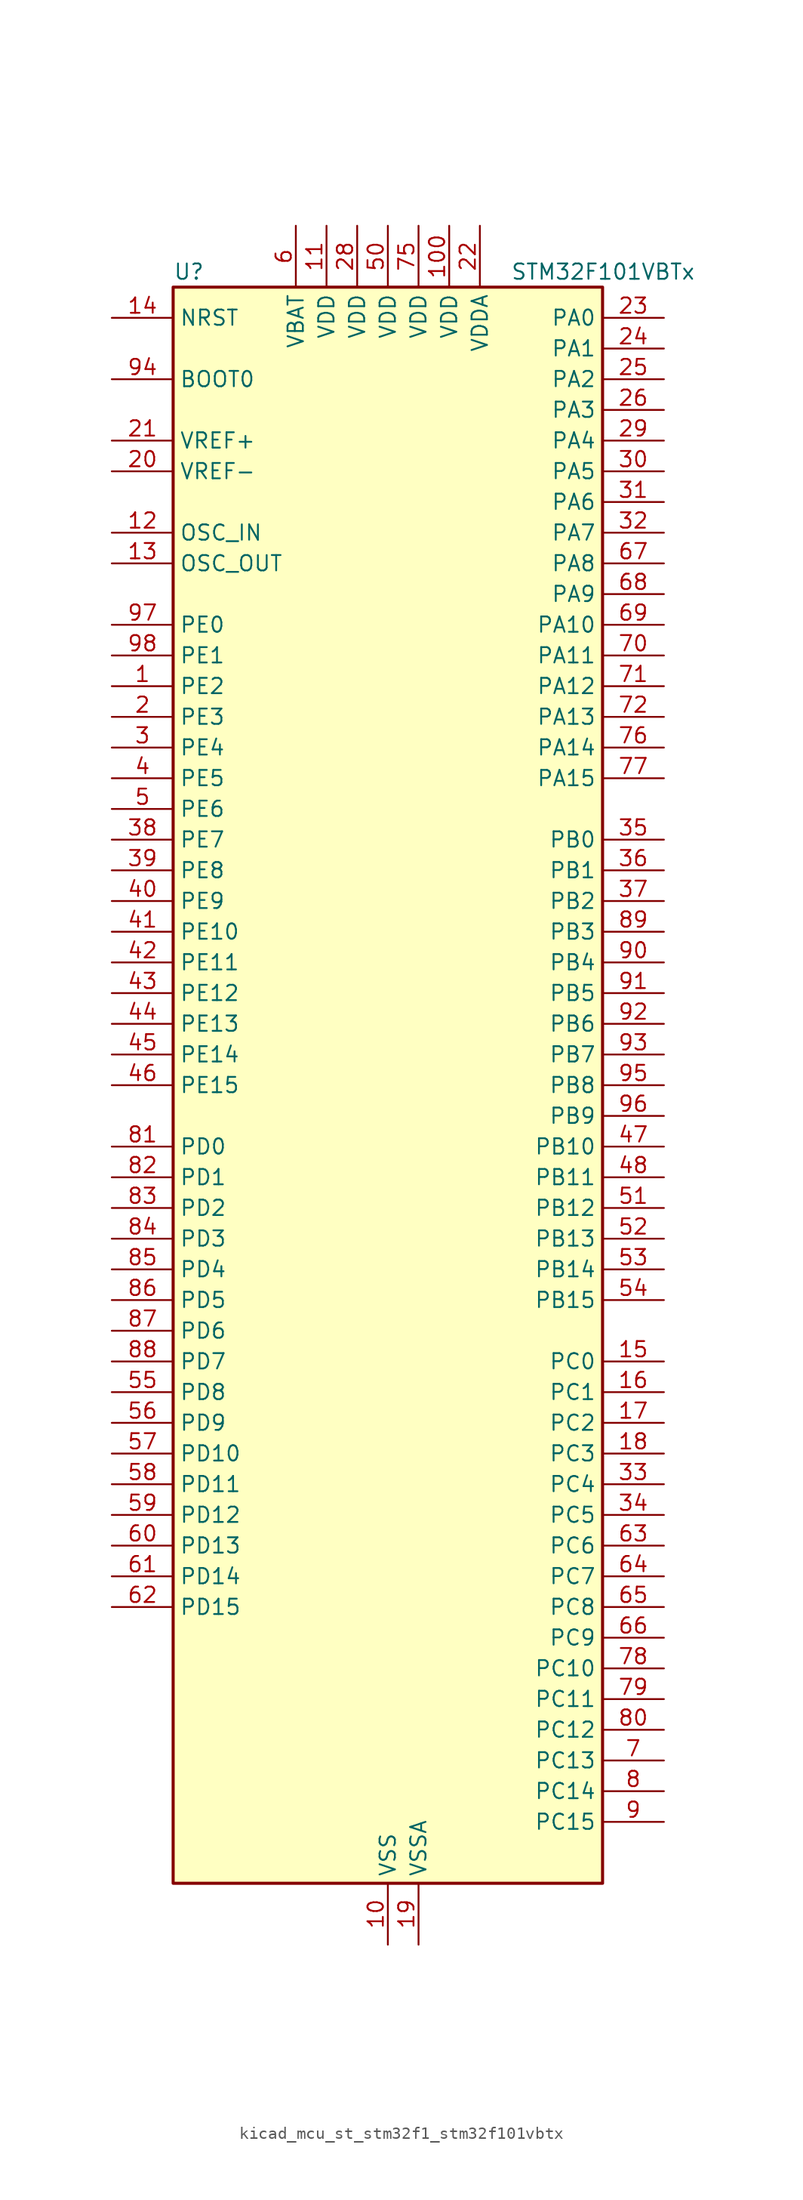
<source format=kicad_sym>
(kicad_symbol_lib
  (version 20220914)
  (generator kicad_symbol_editor)
  (symbol "kicad_mcu_st_stm32f1_stm32f101vbtx"
    (property "Reference" "U"
      (at -17.78 67.31 0)
      (effects (font (size 1.27 1.27)) (justify left)))
    (property "Value" "STM32F101VBTx"
      (at 10.16 67.31 0)
      (effects (font (size 1.27 1.27)) (justify left)))
    (property "ki_locked" ""
      (at 0 0 0)
      (effects (font (size 1.27 1.27))))
    (symbol "kicad_mcu_st_stm32f1_stm32f101vbtx_0_1"
      (rectangle (start -17.78 -66.04) (end 17.78 66.04) (stroke (width 0.254) (type default)) (fill (type background))))
    (symbol "kicad_mcu_st_stm32f1_stm32f101vbtx_1_1"
      (pin bidirectional line (at -22.86 33.02 0) (length 5.08) (name "PE2" (effects (font (size 1.27 1.27)))) (number "1" (effects (font (size 1.27 1.27)))) (alternate "SYS_TRACECLK" bidirectional line))
      (pin power_in line (at 0 -71.12 90) (length 5.08) (name "VSS" (effects (font (size 1.27 1.27)))) (number "10" (effects (font (size 1.27 1.27)))))
      (pin power_in line (at 5.08 71.12 270) (length 5.08) (name "VDD" (effects (font (size 1.27 1.27)))) (number "100" (effects (font (size 1.27 1.27)))))
      (pin power_in line (at -5.08 71.12 270) (length 5.08) (name "VDD" (effects (font (size 1.27 1.27)))) (number "11" (effects (font (size 1.27 1.27)))))
      (pin input line (at -22.86 45.72 0) (length 5.08) (name "OSC_IN" (effects (font (size 1.27 1.27)))) (number "12" (effects (font (size 1.27 1.27)))) (alternate "RCC_OSC_IN" bidirectional line))
      (pin input line (at -22.86 43.18 0) (length 5.08) (name "OSC_OUT" (effects (font (size 1.27 1.27)))) (number "13" (effects (font (size 1.27 1.27)))) (alternate "RCC_OSC_OUT" bidirectional line))
      (pin input line (at -22.86 63.5 0) (length 5.08) (name "NRST" (effects (font (size 1.27 1.27)))) (number "14" (effects (font (size 1.27 1.27)))))
      (pin bidirectional line (at 22.86 -22.86 180) (length 5.08) (name "PC0" (effects (font (size 1.27 1.27)))) (number "15" (effects (font (size 1.27 1.27)))) (alternate "ADC1_IN10" bidirectional line))
      (pin bidirectional line (at 22.86 -25.4 180) (length 5.08) (name "PC1" (effects (font (size 1.27 1.27)))) (number "16" (effects (font (size 1.27 1.27)))) (alternate "ADC1_IN11" bidirectional line))
      (pin bidirectional line (at 22.86 -27.94 180) (length 5.08) (name "PC2" (effects (font (size 1.27 1.27)))) (number "17" (effects (font (size 1.27 1.27)))) (alternate "ADC1_IN12" bidirectional line))
      (pin bidirectional line (at 22.86 -30.48 180) (length 5.08) (name "PC3" (effects (font (size 1.27 1.27)))) (number "18" (effects (font (size 1.27 1.27)))) (alternate "ADC1_IN13" bidirectional line))
      (pin power_in line (at 2.54 -71.12 90) (length 5.08) (name "VSSA" (effects (font (size 1.27 1.27)))) (number "19" (effects (font (size 1.27 1.27)))))
      (pin bidirectional line (at -22.86 30.48 0) (length 5.08) (name "PE3" (effects (font (size 1.27 1.27)))) (number "2" (effects (font (size 1.27 1.27)))) (alternate "SYS_TRACED0" bidirectional line))
      (pin input line (at -22.86 50.8 0) (length 5.08) (name "VREF-" (effects (font (size 1.27 1.27)))) (number "20" (effects (font (size 1.27 1.27)))))
      (pin input line (at -22.86 53.34 0) (length 5.08) (name "VREF+" (effects (font (size 1.27 1.27)))) (number "21" (effects (font (size 1.27 1.27)))))
      (pin power_in line (at 7.62 71.12 270) (length 5.08) (name "VDDA" (effects (font (size 1.27 1.27)))) (number "22" (effects (font (size 1.27 1.27)))))
      (pin bidirectional line (at 22.86 63.5 180) (length 5.08) (name "PA0" (effects (font (size 1.27 1.27)))) (number "23" (effects (font (size 1.27 1.27)))) (alternate "ADC1_IN0" bidirectional line) (alternate "SYS_WKUP" bidirectional line) (alternate "TIM2_CH1" bidirectional line) (alternate "TIM2_ETR" bidirectional line) (alternate "USART2_CTS" bidirectional line))
      (pin bidirectional line (at 22.86 60.96 180) (length 5.08) (name "PA1" (effects (font (size 1.27 1.27)))) (number "24" (effects (font (size 1.27 1.27)))) (alternate "ADC1_IN1" bidirectional line) (alternate "TIM2_CH2" bidirectional line) (alternate "USART2_RTS" bidirectional line))
      (pin bidirectional line (at 22.86 58.42 180) (length 5.08) (name "PA2" (effects (font (size 1.27 1.27)))) (number "25" (effects (font (size 1.27 1.27)))) (alternate "ADC1_IN2" bidirectional line) (alternate "TIM2_CH3" bidirectional line) (alternate "USART2_TX" bidirectional line))
      (pin bidirectional line (at 22.86 55.88 180) (length 5.08) (name "PA3" (effects (font (size 1.27 1.27)))) (number "26" (effects (font (size 1.27 1.27)))) (alternate "ADC1_IN3" bidirectional line) (alternate "TIM2_CH4" bidirectional line) (alternate "USART2_RX" bidirectional line))
      (pin passive line (at 0 -71.12 90) (length 5.08) hide (name "VSS" (effects (font (size 1.27 1.27)))) (number "27" (effects (font (size 1.27 1.27)))))
      (pin power_in line (at -2.54 71.12 270) (length 5.08) (name "VDD" (effects (font (size 1.27 1.27)))) (number "28" (effects (font (size 1.27 1.27)))))
      (pin bidirectional line (at 22.86 53.34 180) (length 5.08) (name "PA4" (effects (font (size 1.27 1.27)))) (number "29" (effects (font (size 1.27 1.27)))) (alternate "ADC1_IN4" bidirectional line) (alternate "SPI1_NSS" bidirectional line) (alternate "USART2_CK" bidirectional line))
      (pin bidirectional line (at -22.86 27.94 0) (length 5.08) (name "PE4" (effects (font (size 1.27 1.27)))) (number "3" (effects (font (size 1.27 1.27)))) (alternate "SYS_TRACED1" bidirectional line))
      (pin bidirectional line (at 22.86 50.8 180) (length 5.08) (name "PA5" (effects (font (size 1.27 1.27)))) (number "30" (effects (font (size 1.27 1.27)))) (alternate "ADC1_IN5" bidirectional line) (alternate "SPI1_SCK" bidirectional line))
      (pin bidirectional line (at 22.86 48.26 180) (length 5.08) (name "PA6" (effects (font (size 1.27 1.27)))) (number "31" (effects (font (size 1.27 1.27)))) (alternate "ADC1_IN6" bidirectional line) (alternate "SPI1_MISO" bidirectional line) (alternate "TIM3_CH1" bidirectional line))
      (pin bidirectional line (at 22.86 45.72 180) (length 5.08) (name "PA7" (effects (font (size 1.27 1.27)))) (number "32" (effects (font (size 1.27 1.27)))) (alternate "ADC1_IN7" bidirectional line) (alternate "SPI1_MOSI" bidirectional line) (alternate "TIM3_CH2" bidirectional line))
      (pin bidirectional line (at 22.86 -33.02 180) (length 5.08) (name "PC4" (effects (font (size 1.27 1.27)))) (number "33" (effects (font (size 1.27 1.27)))) (alternate "ADC1_IN14" bidirectional line))
      (pin bidirectional line (at 22.86 -35.56 180) (length 5.08) (name "PC5" (effects (font (size 1.27 1.27)))) (number "34" (effects (font (size 1.27 1.27)))) (alternate "ADC1_IN15" bidirectional line))
      (pin bidirectional line (at 22.86 20.32 180) (length 5.08) (name "PB0" (effects (font (size 1.27 1.27)))) (number "35" (effects (font (size 1.27 1.27)))) (alternate "ADC1_IN8" bidirectional line) (alternate "TIM3_CH3" bidirectional line))
      (pin bidirectional line (at 22.86 17.78 180) (length 5.08) (name "PB1" (effects (font (size 1.27 1.27)))) (number "36" (effects (font (size 1.27 1.27)))) (alternate "ADC1_IN9" bidirectional line) (alternate "TIM3_CH4" bidirectional line))
      (pin bidirectional line (at 22.86 15.24 180) (length 5.08) (name "PB2" (effects (font (size 1.27 1.27)))) (number "37" (effects (font (size 1.27 1.27)))))
      (pin bidirectional line (at -22.86 20.32 0) (length 5.08) (name "PE7" (effects (font (size 1.27 1.27)))) (number "38" (effects (font (size 1.27 1.27)))))
      (pin bidirectional line (at -22.86 17.78 0) (length 5.08) (name "PE8" (effects (font (size 1.27 1.27)))) (number "39" (effects (font (size 1.27 1.27)))))
      (pin bidirectional line (at -22.86 25.4 0) (length 5.08) (name "PE5" (effects (font (size 1.27 1.27)))) (number "4" (effects (font (size 1.27 1.27)))) (alternate "SYS_TRACED2" bidirectional line))
      (pin bidirectional line (at -22.86 15.24 0) (length 5.08) (name "PE9" (effects (font (size 1.27 1.27)))) (number "40" (effects (font (size 1.27 1.27)))))
      (pin bidirectional line (at -22.86 12.7 0) (length 5.08) (name "PE10" (effects (font (size 1.27 1.27)))) (number "41" (effects (font (size 1.27 1.27)))))
      (pin bidirectional line (at -22.86 10.16 0) (length 5.08) (name "PE11" (effects (font (size 1.27 1.27)))) (number "42" (effects (font (size 1.27 1.27)))) (alternate "ADC1_EXTI11" bidirectional line))
      (pin bidirectional line (at -22.86 7.62 0) (length 5.08) (name "PE12" (effects (font (size 1.27 1.27)))) (number "43" (effects (font (size 1.27 1.27)))))
      (pin bidirectional line (at -22.86 5.08 0) (length 5.08) (name "PE13" (effects (font (size 1.27 1.27)))) (number "44" (effects (font (size 1.27 1.27)))))
      (pin bidirectional line (at -22.86 2.54 0) (length 5.08) (name "PE14" (effects (font (size 1.27 1.27)))) (number "45" (effects (font (size 1.27 1.27)))))
      (pin bidirectional line (at -22.86 0 0) (length 5.08) (name "PE15" (effects (font (size 1.27 1.27)))) (number "46" (effects (font (size 1.27 1.27)))) (alternate "ADC1_EXTI15" bidirectional line))
      (pin bidirectional line (at 22.86 -5.08 180) (length 5.08) (name "PB10" (effects (font (size 1.27 1.27)))) (number "47" (effects (font (size 1.27 1.27)))) (alternate "I2C2_SCL" bidirectional line) (alternate "TIM2_CH3" bidirectional line) (alternate "USART3_TX" bidirectional line))
      (pin bidirectional line (at 22.86 -7.62 180) (length 5.08) (name "PB11" (effects (font (size 1.27 1.27)))) (number "48" (effects (font (size 1.27 1.27)))) (alternate "ADC1_EXTI11" bidirectional line) (alternate "I2C2_SDA" bidirectional line) (alternate "TIM2_CH4" bidirectional line) (alternate "USART3_RX" bidirectional line))
      (pin passive line (at 0 -71.12 90) (length 5.08) hide (name "VSS" (effects (font (size 1.27 1.27)))) (number "49" (effects (font (size 1.27 1.27)))))
      (pin bidirectional line (at -22.86 22.86 0) (length 5.08) (name "PE6" (effects (font (size 1.27 1.27)))) (number "5" (effects (font (size 1.27 1.27)))) (alternate "SYS_TRACED3" bidirectional line))
      (pin power_in line (at 0 71.12 270) (length 5.08) (name "VDD" (effects (font (size 1.27 1.27)))) (number "50" (effects (font (size 1.27 1.27)))))
      (pin bidirectional line (at 22.86 -10.16 180) (length 5.08) (name "PB12" (effects (font (size 1.27 1.27)))) (number "51" (effects (font (size 1.27 1.27)))) (alternate "I2C2_SMBA" bidirectional line) (alternate "SPI2_NSS" bidirectional line) (alternate "USART3_CK" bidirectional line))
      (pin bidirectional line (at 22.86 -12.7 180) (length 5.08) (name "PB13" (effects (font (size 1.27 1.27)))) (number "52" (effects (font (size 1.27 1.27)))) (alternate "SPI2_SCK" bidirectional line) (alternate "USART3_CTS" bidirectional line))
      (pin bidirectional line (at 22.86 -15.24 180) (length 5.08) (name "PB14" (effects (font (size 1.27 1.27)))) (number "53" (effects (font (size 1.27 1.27)))) (alternate "SPI2_MISO" bidirectional line) (alternate "USART3_RTS" bidirectional line))
      (pin bidirectional line (at 22.86 -17.78 180) (length 5.08) (name "PB15" (effects (font (size 1.27 1.27)))) (number "54" (effects (font (size 1.27 1.27)))) (alternate "ADC1_EXTI15" bidirectional line) (alternate "SPI2_MOSI" bidirectional line))
      (pin bidirectional line (at -22.86 -25.4 0) (length 5.08) (name "PD8" (effects (font (size 1.27 1.27)))) (number "55" (effects (font (size 1.27 1.27)))) (alternate "USART3_TX" bidirectional line))
      (pin bidirectional line (at -22.86 -27.94 0) (length 5.08) (name "PD9" (effects (font (size 1.27 1.27)))) (number "56" (effects (font (size 1.27 1.27)))) (alternate "USART3_RX" bidirectional line))
      (pin bidirectional line (at -22.86 -30.48 0) (length 5.08) (name "PD10" (effects (font (size 1.27 1.27)))) (number "57" (effects (font (size 1.27 1.27)))) (alternate "USART3_CK" bidirectional line))
      (pin bidirectional line (at -22.86 -33.02 0) (length 5.08) (name "PD11" (effects (font (size 1.27 1.27)))) (number "58" (effects (font (size 1.27 1.27)))) (alternate "ADC1_EXTI11" bidirectional line) (alternate "USART3_CTS" bidirectional line))
      (pin bidirectional line (at -22.86 -35.56 0) (length 5.08) (name "PD12" (effects (font (size 1.27 1.27)))) (number "59" (effects (font (size 1.27 1.27)))) (alternate "TIM4_CH1" bidirectional line) (alternate "USART3_RTS" bidirectional line))
      (pin power_in line (at -7.62 71.12 270) (length 5.08) (name "VBAT" (effects (font (size 1.27 1.27)))) (number "6" (effects (font (size 1.27 1.27)))))
      (pin bidirectional line (at -22.86 -38.1 0) (length 5.08) (name "PD13" (effects (font (size 1.27 1.27)))) (number "60" (effects (font (size 1.27 1.27)))) (alternate "TIM4_CH2" bidirectional line))
      (pin bidirectional line (at -22.86 -40.64 0) (length 5.08) (name "PD14" (effects (font (size 1.27 1.27)))) (number "61" (effects (font (size 1.27 1.27)))) (alternate "TIM4_CH3" bidirectional line))
      (pin bidirectional line (at -22.86 -43.18 0) (length 5.08) (name "PD15" (effects (font (size 1.27 1.27)))) (number "62" (effects (font (size 1.27 1.27)))) (alternate "ADC1_EXTI15" bidirectional line) (alternate "TIM4_CH4" bidirectional line))
      (pin bidirectional line (at 22.86 -38.1 180) (length 5.08) (name "PC6" (effects (font (size 1.27 1.27)))) (number "63" (effects (font (size 1.27 1.27)))) (alternate "TIM3_CH1" bidirectional line))
      (pin bidirectional line (at 22.86 -40.64 180) (length 5.08) (name "PC7" (effects (font (size 1.27 1.27)))) (number "64" (effects (font (size 1.27 1.27)))) (alternate "TIM3_CH2" bidirectional line))
      (pin bidirectional line (at 22.86 -43.18 180) (length 5.08) (name "PC8" (effects (font (size 1.27 1.27)))) (number "65" (effects (font (size 1.27 1.27)))) (alternate "TIM3_CH3" bidirectional line))
      (pin bidirectional line (at 22.86 -45.72 180) (length 5.08) (name "PC9" (effects (font (size 1.27 1.27)))) (number "66" (effects (font (size 1.27 1.27)))) (alternate "TIM3_CH4" bidirectional line))
      (pin bidirectional line (at 22.86 43.18 180) (length 5.08) (name "PA8" (effects (font (size 1.27 1.27)))) (number "67" (effects (font (size 1.27 1.27)))) (alternate "RCC_MCO" bidirectional line) (alternate "USART1_CK" bidirectional line))
      (pin bidirectional line (at 22.86 40.64 180) (length 5.08) (name "PA9" (effects (font (size 1.27 1.27)))) (number "68" (effects (font (size 1.27 1.27)))) (alternate "USART1_TX" bidirectional line))
      (pin bidirectional line (at 22.86 38.1 180) (length 5.08) (name "PA10" (effects (font (size 1.27 1.27)))) (number "69" (effects (font (size 1.27 1.27)))) (alternate "USART1_RX" bidirectional line))
      (pin bidirectional line (at 22.86 -55.88 180) (length 5.08) (name "PC13" (effects (font (size 1.27 1.27)))) (number "7" (effects (font (size 1.27 1.27)))) (alternate "RTC_OUT" bidirectional line) (alternate "RTC_TAMPER" bidirectional line))
      (pin bidirectional line (at 22.86 35.56 180) (length 5.08) (name "PA11" (effects (font (size 1.27 1.27)))) (number "70" (effects (font (size 1.27 1.27)))) (alternate "ADC1_EXTI11" bidirectional line) (alternate "USART1_CTS" bidirectional line))
      (pin bidirectional line (at 22.86 33.02 180) (length 5.08) (name "PA12" (effects (font (size 1.27 1.27)))) (number "71" (effects (font (size 1.27 1.27)))) (alternate "USART1_RTS" bidirectional line))
      (pin bidirectional line (at 22.86 30.48 180) (length 5.08) (name "PA13" (effects (font (size 1.27 1.27)))) (number "72" (effects (font (size 1.27 1.27)))) (alternate "SYS_JTMS-SWDIO" bidirectional line))
      (pin no_connect line (at -17.78 -66.04 0) (length 5.08) hide (name "NC" (effects (font (size 1.27 1.27)))) (number "73" (effects (font (size 1.27 1.27)))))
      (pin passive line (at 0 -71.12 90) (length 5.08) hide (name "VSS" (effects (font (size 1.27 1.27)))) (number "74" (effects (font (size 1.27 1.27)))))
      (pin power_in line (at 2.54 71.12 270) (length 5.08) (name "VDD" (effects (font (size 1.27 1.27)))) (number "75" (effects (font (size 1.27 1.27)))))
      (pin bidirectional line (at 22.86 27.94 180) (length 5.08) (name "PA14" (effects (font (size 1.27 1.27)))) (number "76" (effects (font (size 1.27 1.27)))) (alternate "SYS_JTCK-SWCLK" bidirectional line))
      (pin bidirectional line (at 22.86 25.4 180) (length 5.08) (name "PA15" (effects (font (size 1.27 1.27)))) (number "77" (effects (font (size 1.27 1.27)))) (alternate "ADC1_EXTI15" bidirectional line) (alternate "SPI1_NSS" bidirectional line) (alternate "SYS_JTDI" bidirectional line) (alternate "TIM2_CH1" bidirectional line) (alternate "TIM2_ETR" bidirectional line))
      (pin bidirectional line (at 22.86 -48.26 180) (length 5.08) (name "PC10" (effects (font (size 1.27 1.27)))) (number "78" (effects (font (size 1.27 1.27)))) (alternate "USART3_TX" bidirectional line))
      (pin bidirectional line (at 22.86 -50.8 180) (length 5.08) (name "PC11" (effects (font (size 1.27 1.27)))) (number "79" (effects (font (size 1.27 1.27)))) (alternate "ADC1_EXTI11" bidirectional line) (alternate "USART3_RX" bidirectional line))
      (pin bidirectional line (at 22.86 -58.42 180) (length 5.08) (name "PC14" (effects (font (size 1.27 1.27)))) (number "8" (effects (font (size 1.27 1.27)))) (alternate "RCC_OSC32_IN" bidirectional line))
      (pin bidirectional line (at 22.86 -53.34 180) (length 5.08) (name "PC12" (effects (font (size 1.27 1.27)))) (number "80" (effects (font (size 1.27 1.27)))) (alternate "USART3_CK" bidirectional line))
      (pin bidirectional line (at -22.86 -5.08 0) (length 5.08) (name "PD0" (effects (font (size 1.27 1.27)))) (number "81" (effects (font (size 1.27 1.27)))))
      (pin bidirectional line (at -22.86 -7.62 0) (length 5.08) (name "PD1" (effects (font (size 1.27 1.27)))) (number "82" (effects (font (size 1.27 1.27)))))
      (pin bidirectional line (at -22.86 -10.16 0) (length 5.08) (name "PD2" (effects (font (size 1.27 1.27)))) (number "83" (effects (font (size 1.27 1.27)))) (alternate "TIM3_ETR" bidirectional line))
      (pin bidirectional line (at -22.86 -12.7 0) (length 5.08) (name "PD3" (effects (font (size 1.27 1.27)))) (number "84" (effects (font (size 1.27 1.27)))) (alternate "USART2_CTS" bidirectional line))
      (pin bidirectional line (at -22.86 -15.24 0) (length 5.08) (name "PD4" (effects (font (size 1.27 1.27)))) (number "85" (effects (font (size 1.27 1.27)))) (alternate "USART2_RTS" bidirectional line))
      (pin bidirectional line (at -22.86 -17.78 0) (length 5.08) (name "PD5" (effects (font (size 1.27 1.27)))) (number "86" (effects (font (size 1.27 1.27)))) (alternate "USART2_TX" bidirectional line))
      (pin bidirectional line (at -22.86 -20.32 0) (length 5.08) (name "PD6" (effects (font (size 1.27 1.27)))) (number "87" (effects (font (size 1.27 1.27)))) (alternate "USART2_RX" bidirectional line))
      (pin bidirectional line (at -22.86 -22.86 0) (length 5.08) (name "PD7" (effects (font (size 1.27 1.27)))) (number "88" (effects (font (size 1.27 1.27)))) (alternate "USART2_CK" bidirectional line))
      (pin bidirectional line (at 22.86 12.7 180) (length 5.08) (name "PB3" (effects (font (size 1.27 1.27)))) (number "89" (effects (font (size 1.27 1.27)))) (alternate "SPI1_SCK" bidirectional line) (alternate "SYS_JTDO-TRACESWO" bidirectional line) (alternate "TIM2_CH2" bidirectional line))
      (pin bidirectional line (at 22.86 -60.96 180) (length 5.08) (name "PC15" (effects (font (size 1.27 1.27)))) (number "9" (effects (font (size 1.27 1.27)))) (alternate "ADC1_EXTI15" bidirectional line) (alternate "RCC_OSC32_OUT" bidirectional line))
      (pin bidirectional line (at 22.86 10.16 180) (length 5.08) (name "PB4" (effects (font (size 1.27 1.27)))) (number "90" (effects (font (size 1.27 1.27)))) (alternate "SPI1_MISO" bidirectional line) (alternate "SYS_NJTRST" bidirectional line) (alternate "TIM3_CH1" bidirectional line))
      (pin bidirectional line (at 22.86 7.62 180) (length 5.08) (name "PB5" (effects (font (size 1.27 1.27)))) (number "91" (effects (font (size 1.27 1.27)))) (alternate "I2C1_SMBA" bidirectional line) (alternate "SPI1_MOSI" bidirectional line) (alternate "TIM3_CH2" bidirectional line))
      (pin bidirectional line (at 22.86 5.08 180) (length 5.08) (name "PB6" (effects (font (size 1.27 1.27)))) (number "92" (effects (font (size 1.27 1.27)))) (alternate "I2C1_SCL" bidirectional line) (alternate "TIM4_CH1" bidirectional line) (alternate "USART1_TX" bidirectional line))
      (pin bidirectional line (at 22.86 2.54 180) (length 5.08) (name "PB7" (effects (font (size 1.27 1.27)))) (number "93" (effects (font (size 1.27 1.27)))) (alternate "I2C1_SDA" bidirectional line) (alternate "TIM4_CH2" bidirectional line) (alternate "USART1_RX" bidirectional line))
      (pin input line (at -22.86 58.42 0) (length 5.08) (name "BOOT0" (effects (font (size 1.27 1.27)))) (number "94" (effects (font (size 1.27 1.27)))))
      (pin bidirectional line (at 22.86 0 180) (length 5.08) (name "PB8" (effects (font (size 1.27 1.27)))) (number "95" (effects (font (size 1.27 1.27)))) (alternate "I2C1_SCL" bidirectional line) (alternate "TIM4_CH3" bidirectional line))
      (pin bidirectional line (at 22.86 -2.54 180) (length 5.08) (name "PB9" (effects (font (size 1.27 1.27)))) (number "96" (effects (font (size 1.27 1.27)))) (alternate "I2C1_SDA" bidirectional line) (alternate "TIM4_CH4" bidirectional line))
      (pin bidirectional line (at -22.86 38.1 0) (length 5.08) (name "PE0" (effects (font (size 1.27 1.27)))) (number "97" (effects (font (size 1.27 1.27)))) (alternate "TIM4_ETR" bidirectional line))
      (pin bidirectional line (at -22.86 35.56 0) (length 5.08) (name "PE1" (effects (font (size 1.27 1.27)))) (number "98" (effects (font (size 1.27 1.27)))))
      (pin passive line (at 0 -71.12 90) (length 5.08) hide (name "VSS" (effects (font (size 1.27 1.27)))) (number "99" (effects (font (size 1.27 1.27))))))))
</source>
